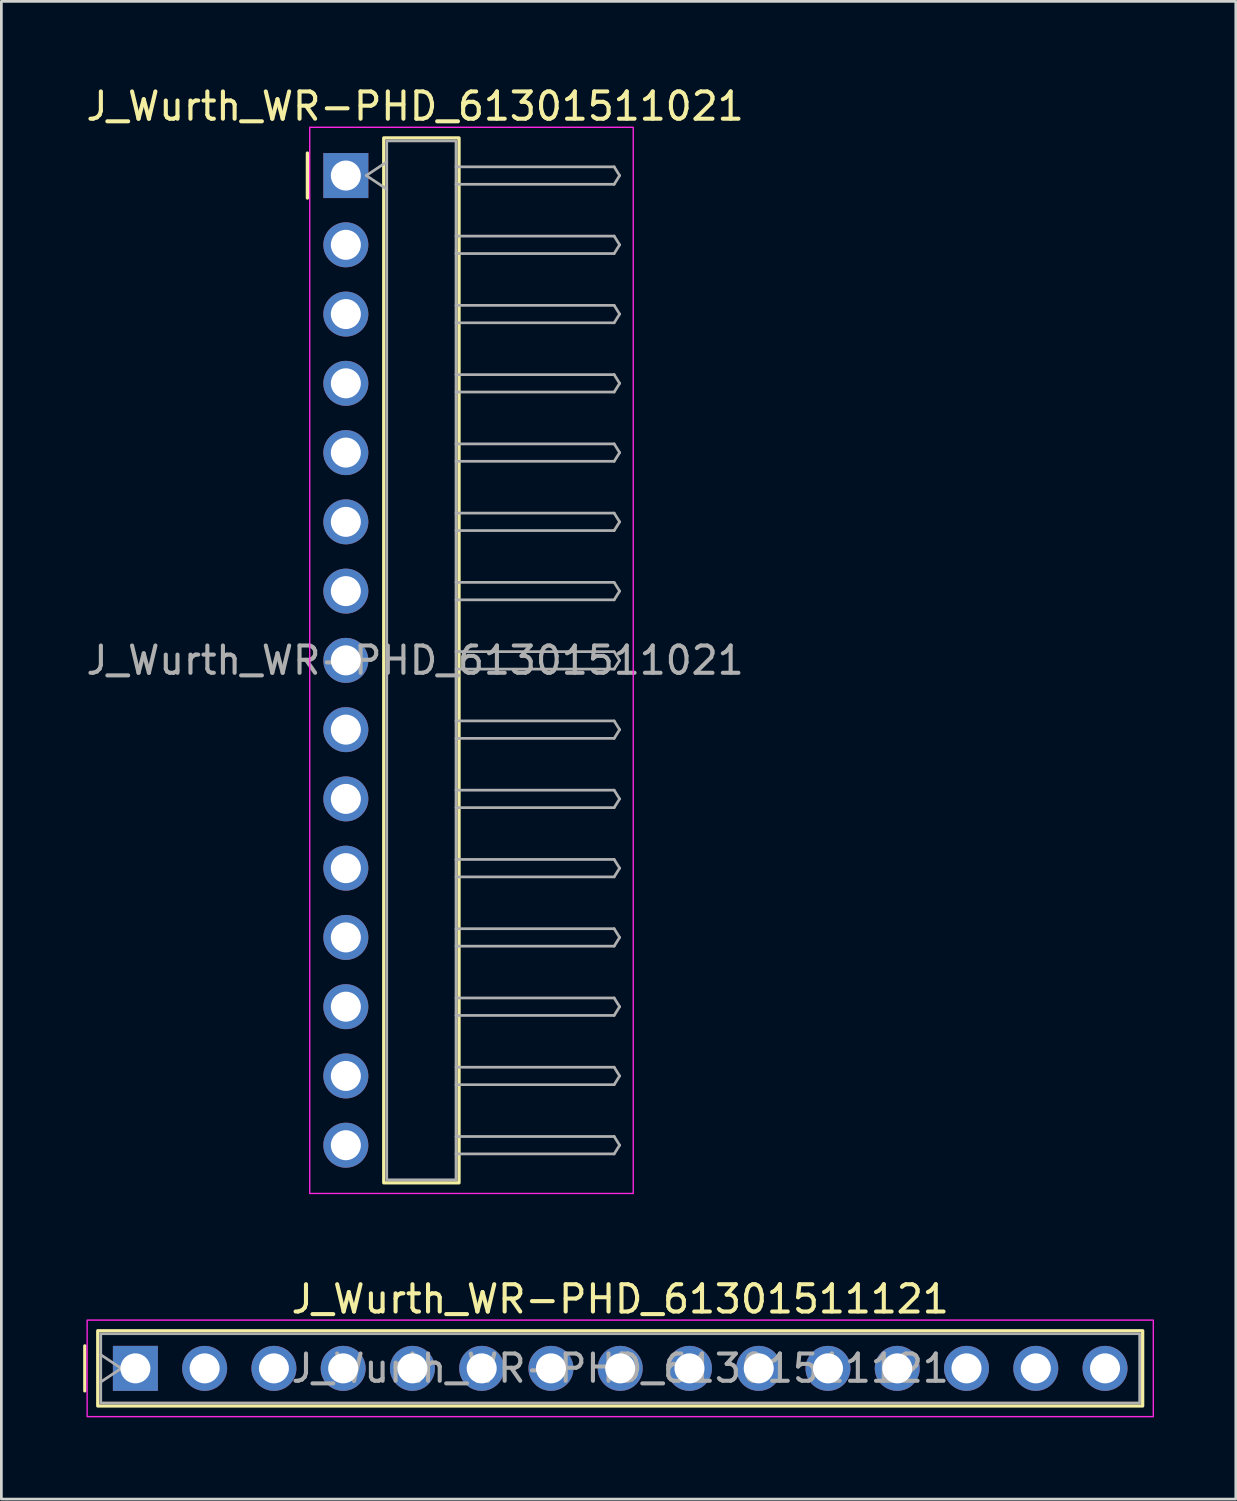
<source format=kicad_pcb>
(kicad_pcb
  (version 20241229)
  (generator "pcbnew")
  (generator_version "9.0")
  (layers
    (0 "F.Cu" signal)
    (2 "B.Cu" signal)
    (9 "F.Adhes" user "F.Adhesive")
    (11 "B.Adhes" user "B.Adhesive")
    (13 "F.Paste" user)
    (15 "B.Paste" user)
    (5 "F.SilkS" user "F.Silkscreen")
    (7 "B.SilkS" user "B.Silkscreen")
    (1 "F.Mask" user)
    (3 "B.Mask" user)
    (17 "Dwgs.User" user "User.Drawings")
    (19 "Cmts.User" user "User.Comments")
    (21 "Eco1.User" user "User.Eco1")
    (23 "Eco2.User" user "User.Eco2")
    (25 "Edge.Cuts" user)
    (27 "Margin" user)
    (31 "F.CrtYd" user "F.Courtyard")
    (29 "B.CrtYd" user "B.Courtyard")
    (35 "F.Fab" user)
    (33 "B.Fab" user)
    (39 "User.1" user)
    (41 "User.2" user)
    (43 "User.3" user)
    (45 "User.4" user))
  (footprint "J_Wurth_WR-PHD_61301511121"
    (layer "F.Cu")
    (at 1.915 47.132)
    (property "Reference" "J_Wurth_WR-PHD_61301511121" (at 17.78 -2.54 0) (unlocked yes) (layer "F.SilkS") (effects (font (size 1 1) (thickness 0.15))))
    (attr through_hole)
    (fp_line (start -1.855 -0.825) (end -1.855 0.825) (stroke (width 0.12) (type solid)) (layer "F.SilkS"))
    (fp_rect (start -1.38 -1.38) (end 36.94 1.38) (stroke (width 0.12) (type solid)) (fill no) (layer "F.SilkS"))
    (fp_rect (start -1.77 -1.77) (end 37.33 1.77) (stroke (width 0.05) (type solid)) (fill no) (layer "F.CrtYd"))
    (fp_line (start -1.27 -0.5) (end -0.52 0) (stroke (width 0.1) (type solid)) (layer "F.Fab"))
    (fp_line (start -0.52 0) (end -1.27 0.5) (stroke (width 0.1) (type solid)) (layer "F.Fab"))
    (fp_rect (start -1.27 -1.27) (end 36.83 1.27) (stroke (width 0.1) (type solid)) (fill no) (layer "F.Fab"))
    (fp_text user "${REFERENCE}" (at 17.78 0 0) (unlocked yes) (layer "F.Fab") (effects (font (size 1 1) (thickness 0.15))))
    (pad "1" thru_hole rect (at 0 0) (size 1.65 1.65) (drill 1.1) (layers "*.Cu" "*.Mask"))
    (pad "2" thru_hole circle (at 2.54 0) (size 1.65 1.65) (drill 1.1) (layers "*.Cu" "*.Mask"))
    (pad "3" thru_hole circle (at 5.08 0) (size 1.65 1.65) (drill 1.1) (layers "*.Cu" "*.Mask"))
    (pad "4" thru_hole circle (at 7.62 0) (size 1.65 1.65) (drill 1.1) (layers "*.Cu" "*.Mask"))
    (pad "5" thru_hole circle (at 10.16 0) (size 1.65 1.65) (drill 1.1) (layers "*.Cu" "*.Mask"))
    (pad "6" thru_hole circle (at 12.7 0) (size 1.65 1.65) (drill 1.1) (layers "*.Cu" "*.Mask"))
    (pad "7" thru_hole circle (at 15.24 0) (size 1.65 1.65) (drill 1.1) (layers "*.Cu" "*.Mask"))
    (pad "8" thru_hole circle (at 17.78 0) (size 1.65 1.65) (drill 1.1) (layers "*.Cu" "*.Mask"))
    (pad "9" thru_hole circle (at 20.32 0) (size 1.65 1.65) (drill 1.1) (layers "*.Cu" "*.Mask"))
    (pad "10" thru_hole circle (at 22.86 0) (size 1.65 1.65) (drill 1.1) (layers "*.Cu" "*.Mask"))
    (pad "11" thru_hole circle (at 25.4 0) (size 1.65 1.65) (drill 1.1) (layers "*.Cu" "*.Mask"))
    (pad "12" thru_hole circle (at 27.94 0) (size 1.65 1.65) (drill 1.1) (layers "*.Cu" "*.Mask"))
    (pad "13" thru_hole circle (at 30.48 0) (size 1.65 1.65) (drill 1.1) (layers "*.Cu" "*.Mask"))
    (pad "14" thru_hole circle (at 33.02 0) (size 1.65 1.65) (drill 1.1) (layers "*.Cu" "*.Mask"))
    (pad "15" thru_hole circle (at 35.56 0) (size 1.65 1.65) (drill 1.1) (layers "*.Cu" "*.Mask")))
  (footprint "J_Wurth_WR-PHD_61301511021"
    (layer "F.Cu")
    (at 9.633 3.388)
    (property "Reference" "J_Wurth_WR-PHD_61301511021" (at 2.54 -2.54 0) (unlocked yes) (layer "F.SilkS") (effects (font (size 1 1) (thickness 0.15))))
    (attr through_hole)
    (fp_line (start -1.41 -0.825) (end -1.41 0.825) (stroke (width 0.12) (type solid)) (layer "F.SilkS"))
    (fp_rect (start 1.39 -1.38) (end 4.15 36.94) (stroke (width 0.12) (type solid)) (fill no) (layer "F.SilkS"))
    (fp_rect (start -1.325 -1.77) (end 10.54 37.33) (stroke (width 0.05) (type solid)) (fill no) (layer "F.CrtYd"))
    (fp_line (start 0.75 0) (end 1.5 -0.5) (stroke (width 0.1) (type solid)) (layer "F.Fab"))
    (fp_line (start 0.75 0) (end 1.5 0.5) (stroke (width 0.1) (type solid)) (layer "F.Fab"))
    (fp_line (start 4.04 0.32) (end 9.84 0.32) (stroke (width 0.1) (type solid)) (layer "F.Fab"))
    (fp_line (start 4.04 2.86) (end 9.84 2.86) (stroke (width 0.1) (type solid)) (layer "F.Fab"))
    (fp_line (start 4.04 5.4) (end 9.84 5.4) (stroke (width 0.1) (type solid)) (layer "F.Fab"))
    (fp_line (start 4.04 7.94) (end 9.84 7.94) (stroke (width 0.1) (type solid)) (layer "F.Fab"))
    (fp_line (start 4.04 10.48) (end 9.84 10.48) (stroke (width 0.1) (type solid)) (layer "F.Fab"))
    (fp_line (start 4.04 13.02) (end 9.84 13.02) (stroke (width 0.1) (type solid)) (layer "F.Fab"))
    (fp_line (start 4.04 15.56) (end 9.84 15.56) (stroke (width 0.1) (type solid)) (layer "F.Fab"))
    (fp_line (start 4.04 18.1) (end 9.84 18.1) (stroke (width 0.1) (type solid)) (layer "F.Fab"))
    (fp_line (start 4.04 20.64) (end 9.84 20.64) (stroke (width 0.1) (type solid)) (layer "F.Fab"))
    (fp_line (start 4.04 23.18) (end 9.84 23.18) (stroke (width 0.1) (type solid)) (layer "F.Fab"))
    (fp_line (start 4.04 25.72) (end 9.84 25.72) (stroke (width 0.1) (type solid)) (layer "F.Fab"))
    (fp_line (start 4.04 28.26) (end 9.84 28.26) (stroke (width 0.1) (type solid)) (layer "F.Fab"))
    (fp_line (start 4.04 30.8) (end 9.84 30.8) (stroke (width 0.1) (type solid)) (layer "F.Fab"))
    (fp_line (start 4.04 33.34) (end 9.84 33.34) (stroke (width 0.1) (type solid)) (layer "F.Fab"))
    (fp_line (start 4.04 35.88) (end 9.84 35.88) (stroke (width 0.1) (type solid)) (layer "F.Fab"))
    (fp_line (start 9.84 -0.32) (end 4.04 -0.32) (stroke (width 0.1) (type solid)) (layer "F.Fab"))
    (fp_line (start 9.84 0.32) (end 10.04 0) (stroke (width 0.1) (type default)) (layer "F.Fab"))
    (fp_line (start 9.84 2.22) (end 4.04 2.22) (stroke (width 0.1) (type solid)) (layer "F.Fab"))
    (fp_line (start 9.84 2.86) (end 10.04 2.54) (stroke (width 0.1) (type default)) (layer "F.Fab"))
    (fp_line (start 9.84 4.76) (end 4.04 4.76) (stroke (width 0.1) (type solid)) (layer "F.Fab"))
    (fp_line (start 9.84 5.4) (end 10.04 5.08) (stroke (width 0.1) (type default)) (layer "F.Fab"))
    (fp_line (start 9.84 7.3) (end 4.04 7.3) (stroke (width 0.1) (type solid)) (layer "F.Fab"))
    (fp_line (start 9.84 7.94) (end 10.04 7.62) (stroke (width 0.1) (type default)) (layer "F.Fab"))
    (fp_line (start 9.84 9.84) (end 4.04 9.84) (stroke (width 0.1) (type solid)) (layer "F.Fab"))
    (fp_line (start 9.84 10.48) (end 10.04 10.16) (stroke (width 0.1) (type solid)) (layer "F.Fab"))
    (fp_line (start 9.84 12.38) (end 4.04 12.38) (stroke (width 0.1) (type solid)) (layer "F.Fab"))
    (fp_line (start 9.84 13.02) (end 10.04 12.7) (stroke (width 0.1) (type solid)) (layer "F.Fab"))
    (fp_line (start 9.84 14.92) (end 4.04 14.92) (stroke (width 0.1) (type solid)) (layer "F.Fab"))
    (fp_line (start 9.84 15.56) (end 10.04 15.24) (stroke (width 0.1) (type solid)) (layer "F.Fab"))
    (fp_line (start 9.84 17.46) (end 4.04 17.46) (stroke (width 0.1) (type solid)) (layer "F.Fab"))
    (fp_line (start 9.84 20) (end 4.04 20) (stroke (width 0.1) (type solid)) (layer "F.Fab"))
    (fp_line (start 9.84 22.54) (end 4.04 22.54) (stroke (width 0.1) (type solid)) (layer "F.Fab"))
    (fp_line (start 9.84 25.08) (end 4.04 25.08) (stroke (width 0.1) (type solid)) (layer "F.Fab"))
    (fp_line (start 9.84 27.62) (end 4.04 27.62) (stroke (width 0.1) (type solid)) (layer "F.Fab"))
    (fp_line (start 9.84 30.16) (end 4.04 30.16) (stroke (width 0.1) (type solid)) (layer "F.Fab"))
    (fp_line (start 9.84 32.7) (end 4.04 32.7) (stroke (width 0.1) (type solid)) (layer "F.Fab"))
    (fp_line (start 9.84 35.24) (end 4.04 35.24) (stroke (width 0.1) (type solid)) (layer "F.Fab"))
    (fp_line (start 10.04 0) (end 9.84 -0.32) (stroke (width 0.1) (type solid)) (layer "F.Fab"))
    (fp_line (start 10.04 2.54) (end 9.84 2.22) (stroke (width 0.1) (type solid)) (layer "F.Fab"))
    (fp_line (start 10.04 5.08) (end 9.84 4.76) (stroke (width 0.1) (type solid)) (layer "F.Fab"))
    (fp_line (start 10.04 7.62) (end 9.84 7.3) (stroke (width 0.1) (type solid)) (layer "F.Fab"))
    (fp_line (start 10.04 10.16) (end 9.84 9.84) (stroke (width 0.1) (type solid)) (layer "F.Fab"))
    (fp_line (start 10.04 12.7) (end 9.84 12.38) (stroke (width 0.1) (type solid)) (layer "F.Fab"))
    (fp_line (start 10.04 15.24) (end 9.84 14.92) (stroke (width 0.1) (type solid)) (layer "F.Fab"))
    (fp_line (start 10.04 17.78) (end 9.84 17.46) (stroke (width 0.1) (type solid)) (layer "F.Fab"))
    (fp_line (start 10.04 17.78) (end 9.84 18.1) (stroke (width 0.1) (type solid)) (layer "F.Fab"))
    (fp_line (start 10.04 20.32) (end 9.84 20) (stroke (width 0.1) (type solid)) (layer "F.Fab"))
    (fp_line (start 10.04 20.32) (end 9.84 20.64) (stroke (width 0.1) (type solid)) (layer "F.Fab"))
    (fp_line (start 10.04 22.86) (end 9.84 22.54) (stroke (width 0.1) (type solid)) (layer "F.Fab"))
    (fp_line (start 10.04 22.86) (end 9.84 23.18) (stroke (width 0.1) (type solid)) (layer "F.Fab"))
    (fp_line (start 10.04 25.4) (end 9.84 25.08) (stroke (width 0.1) (type solid)) (layer "F.Fab"))
    (fp_line (start 10.04 25.4) (end 9.84 25.72) (stroke (width 0.1) (type solid)) (layer "F.Fab"))
    (fp_line (start 10.04 27.94) (end 9.84 27.62) (stroke (width 0.1) (type solid)) (layer "F.Fab"))
    (fp_line (start 10.04 27.94) (end 9.84 28.26) (stroke (width 0.1) (type solid)) (layer "F.Fab"))
    (fp_line (start 10.04 30.48) (end 9.84 30.16) (stroke (width 0.1) (type solid)) (layer "F.Fab"))
    (fp_line (start 10.04 30.48) (end 9.84 30.8) (stroke (width 0.1) (type solid)) (layer "F.Fab"))
    (fp_line (start 10.04 33.02) (end 9.84 32.7) (stroke (width 0.1) (type solid)) (layer "F.Fab"))
    (fp_line (start 10.04 33.02) (end 9.84 33.34) (stroke (width 0.1) (type solid)) (layer "F.Fab"))
    (fp_line (start 10.04 35.56) (end 9.84 35.24) (stroke (width 0.1) (type solid)) (layer "F.Fab"))
    (fp_line (start 10.04 35.56) (end 9.84 35.88) (stroke (width 0.1) (type solid)) (layer "F.Fab"))
    (fp_rect (start 1.5 -1.27) (end 4.04 36.83) (stroke (width 0.1) (type solid)) (fill no) (layer "F.Fab"))
    (fp_text user "${REFERENCE}" (at 2.54 17.78 0) (unlocked yes) (layer "F.Fab") (effects (font (size 1 1) (thickness 0.15))))
    (pad "1" thru_hole rect (at 0 0 90) (size 1.65 1.65) (drill 1.1) (layers "*.Cu" "*.Mask"))
    (pad "2" thru_hole circle (at 0 2.54 90) (size 1.65 1.65) (drill 1.1) (layers "*.Cu" "*.Mask"))
    (pad "3" thru_hole circle (at 0 5.08 90) (size 1.65 1.65) (drill 1.1) (layers "*.Cu" "*.Mask"))
    (pad "4" thru_hole circle (at 0 7.62 90) (size 1.65 1.65) (drill 1.1) (layers "*.Cu" "*.Mask"))
    (pad "5" thru_hole circle (at 0 10.16 90) (size 1.65 1.65) (drill 1.1) (layers "*.Cu" "*.Mask"))
    (pad "6" thru_hole circle (at 0 12.7 90) (size 1.65 1.65) (drill 1.1) (layers "*.Cu" "*.Mask"))
    (pad "7" thru_hole circle (at 0 15.24 90) (size 1.65 1.65) (drill 1.1) (layers "*.Cu" "*.Mask"))
    (pad "8" thru_hole circle (at 0 17.78 90) (size 1.65 1.65) (drill 1.1) (layers "*.Cu" "*.Mask"))
    (pad "9" thru_hole circle (at 0 20.32 90) (size 1.65 1.65) (drill 1.1) (layers "*.Cu" "*.Mask"))
    (pad "10" thru_hole circle (at 0 22.86 90) (size 1.65 1.65) (drill 1.1) (layers "*.Cu" "*.Mask"))
    (pad "11" thru_hole circle (at 0 25.4 90) (size 1.65 1.65) (drill 1.1) (layers "*.Cu" "*.Mask"))
    (pad "12" thru_hole circle (at 0 27.94 90) (size 1.65 1.65) (drill 1.1) (layers "*.Cu" "*.Mask"))
    (pad "13" thru_hole circle (at 0 30.48 90) (size 1.65 1.65) (drill 1.1) (layers "*.Cu" "*.Mask"))
    (pad "14" thru_hole circle (at 0 33.02 90) (size 1.65 1.65) (drill 1.1) (layers "*.Cu" "*.Mask"))
    (pad "15" thru_hole circle (at 0 35.56 90) (size 1.65 1.65) (drill 1.1) (layers "*.Cu" "*.Mask")))
  (gr_rect
    (start -3 -3)
    (end 42.27 51.926)
    (stroke (width 0.1) (type default))
    (fill no)
    (layer "Edge.Cuts")))
</source>
